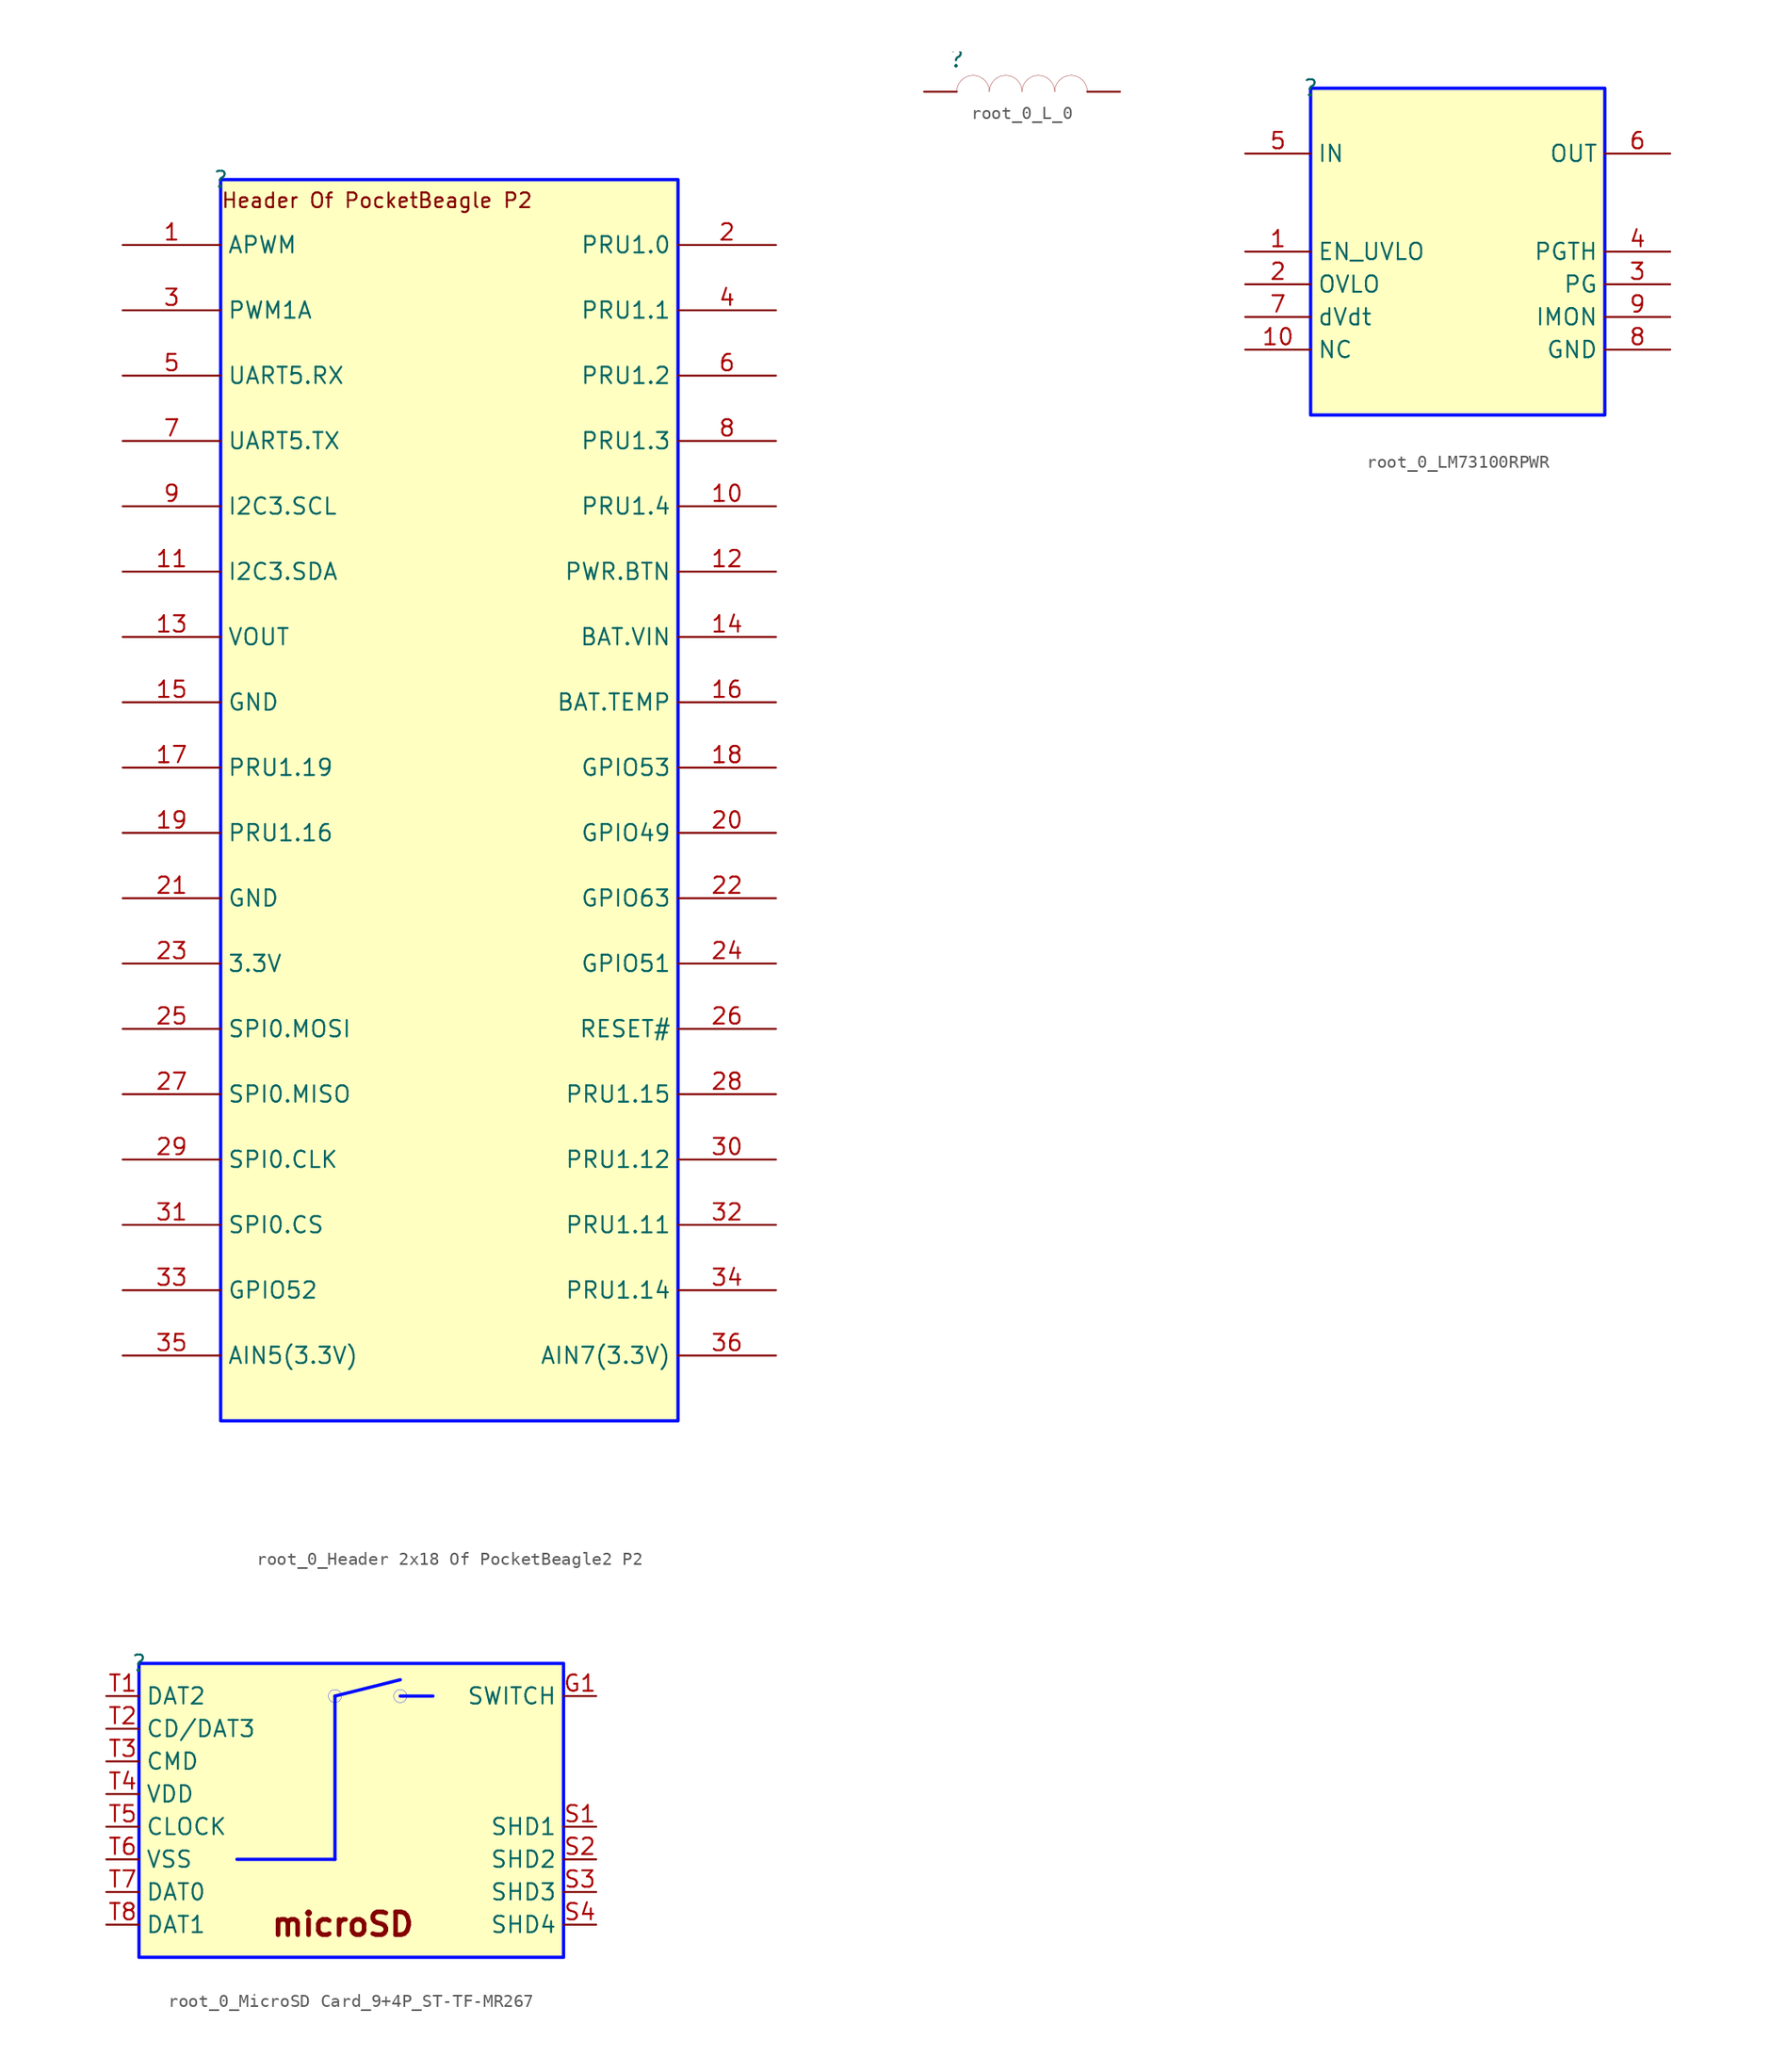
<source format=kicad_sym>
(kicad_symbol_lib
  (version 20231120)
  (generator "kicad_symbol_editor")
  (generator_version "8.0")
  (symbol "root_0_Header 2x18 Of PocketBeagle2 P2"
    (property "Reference" ""
      (at 0 0 0)
      (effects (font (size 1.27 1.27))))
    (property "Value" ""
      (at 0 0 0)
      (effects (font (size 1.27 1.27))))
    (symbol "root_0_Header 2x18 Of PocketBeagle2 P2_1_0"
      (rectangle (start 35.56 0) (end 0 -96.52) (stroke (width 0.254) (type solid) (color 0 11 255 1)) (fill (type background)))
      (text "Header Of PocketBeagle P2" (at 0 -2.286 0) (effects (font (size 1.143 1.143)) (justify left bottom)))
      (pin passive line (at -7.62 -5.08 0) (length 7.62) (name "APWM" (effects (font (size 1.27 1.27)))) (number "1" (effects (font (size 1.27 1.27)))))
      (pin passive line (at 43.18 -25.4 180) (length 7.62) (name "PRU1.4" (effects (font (size 1.27 1.27)))) (number "10" (effects (font (size 1.27 1.27)))))
      (pin passive line (at -7.62 -30.48 0) (length 7.62) (name "I2C3.SDA" (effects (font (size 1.27 1.27)))) (number "11" (effects (font (size 1.27 1.27)))))
      (pin passive line (at 43.18 -30.48 180) (length 7.62) (name "PWR.BTN" (effects (font (size 1.27 1.27)))) (number "12" (effects (font (size 1.27 1.27)))))
      (pin passive line (at -7.62 -35.56 0) (length 7.62) (name "VOUT" (effects (font (size 1.27 1.27)))) (number "13" (effects (font (size 1.27 1.27)))))
      (pin power_in line (at 43.18 -35.56 180) (length 7.62) (name "BAT.VIN" (effects (font (size 1.27 1.27)))) (number "14" (effects (font (size 1.27 1.27)))))
      (pin power_in line (at -7.62 -40.64 0) (length 7.62) (name "GND" (effects (font (size 1.27 1.27)))) (number "15" (effects (font (size 1.27 1.27)))))
      (pin passive line (at 43.18 -40.64 180) (length 7.62) (name "BAT.TEMP" (effects (font (size 1.27 1.27)))) (number "16" (effects (font (size 1.27 1.27)))))
      (pin passive line (at -7.62 -45.72 0) (length 7.62) (name "PRU1.19" (effects (font (size 1.27 1.27)))) (number "17" (effects (font (size 1.27 1.27)))))
      (pin passive line (at 43.18 -45.72 180) (length 7.62) (name "GPIO53" (effects (font (size 1.27 1.27)))) (number "18" (effects (font (size 1.27 1.27)))))
      (pin passive line (at -7.62 -50.8 0) (length 7.62) (name "PRU1.16" (effects (font (size 1.27 1.27)))) (number "19" (effects (font (size 1.27 1.27)))))
      (pin passive line (at 43.18 -5.08 180) (length 7.62) (name "PRU1.0" (effects (font (size 1.27 1.27)))) (number "2" (effects (font (size 1.27 1.27)))))
      (pin passive line (at 43.18 -50.8 180) (length 7.62) (name "GPIO49" (effects (font (size 1.27 1.27)))) (number "20" (effects (font (size 1.27 1.27)))))
      (pin power_in line (at -7.62 -55.88 0) (length 7.62) (name "GND" (effects (font (size 1.27 1.27)))) (number "21" (effects (font (size 1.27 1.27)))))
      (pin passive line (at 43.18 -55.88 180) (length 7.62) (name "GPIO63" (effects (font (size 1.27 1.27)))) (number "22" (effects (font (size 1.27 1.27)))))
      (pin power_in line (at -7.62 -60.96 0) (length 7.62) (name "3.3V" (effects (font (size 1.27 1.27)))) (number "23" (effects (font (size 1.27 1.27)))))
      (pin passive line (at 43.18 -60.96 180) (length 7.62) (name "GPIO51" (effects (font (size 1.27 1.27)))) (number "24" (effects (font (size 1.27 1.27)))))
      (pin passive line (at -7.62 -66.04 0) (length 7.62) (name "SPI0.MOSI" (effects (font (size 1.27 1.27)))) (number "25" (effects (font (size 1.27 1.27)))))
      (pin passive line (at 43.18 -66.04 180) (length 7.62) (name "RESET#" (effects (font (size 1.27 1.27)))) (number "26" (effects (font (size 1.27 1.27)))))
      (pin passive line (at -7.62 -71.12 0) (length 7.62) (name "SPI0.MISO" (effects (font (size 1.27 1.27)))) (number "27" (effects (font (size 1.27 1.27)))))
      (pin passive line (at 43.18 -71.12 180) (length 7.62) (name "PRU1.15" (effects (font (size 1.27 1.27)))) (number "28" (effects (font (size 1.27 1.27)))))
      (pin passive line (at -7.62 -76.2 0) (length 7.62) (name "SPI0.CLK" (effects (font (size 1.27 1.27)))) (number "29" (effects (font (size 1.27 1.27)))))
      (pin passive line (at -7.62 -10.16 0) (length 7.62) (name "PWM1A" (effects (font (size 1.27 1.27)))) (number "3" (effects (font (size 1.27 1.27)))))
      (pin passive line (at 43.18 -76.2 180) (length 7.62) (name "PRU1.12" (effects (font (size 1.27 1.27)))) (number "30" (effects (font (size 1.27 1.27)))))
      (pin passive line (at -7.62 -81.28 0) (length 7.62) (name "SPI0.CS" (effects (font (size 1.27 1.27)))) (number "31" (effects (font (size 1.27 1.27)))))
      (pin passive line (at 43.18 -81.28 180) (length 7.62) (name "PRU1.11" (effects (font (size 1.27 1.27)))) (number "32" (effects (font (size 1.27 1.27)))))
      (pin passive line (at -7.62 -86.36 0) (length 7.62) (name "GPIO52" (effects (font (size 1.27 1.27)))) (number "33" (effects (font (size 1.27 1.27)))))
      (pin passive line (at 43.18 -86.36 180) (length 7.62) (name "PRU1.14" (effects (font (size 1.27 1.27)))) (number "34" (effects (font (size 1.27 1.27)))))
      (pin passive line (at -7.62 -91.44 0) (length 7.62) (name "AIN5(3.3V)" (effects (font (size 1.27 1.27)))) (number "35" (effects (font (size 1.27 1.27)))))
      (pin passive line (at 43.18 -91.44 180) (length 7.62) (name "AIN7(3.3V)" (effects (font (size 1.27 1.27)))) (number "36" (effects (font (size 1.27 1.27)))))
      (pin passive line (at 43.18 -10.16 180) (length 7.62) (name "PRU1.1" (effects (font (size 1.27 1.27)))) (number "4" (effects (font (size 1.27 1.27)))))
      (pin passive line (at -7.62 -15.24 0) (length 7.62) (name "UART5.RX" (effects (font (size 1.27 1.27)))) (number "5" (effects (font (size 1.27 1.27)))))
      (pin passive line (at 43.18 -15.24 180) (length 7.62) (name "PRU1.2" (effects (font (size 1.27 1.27)))) (number "6" (effects (font (size 1.27 1.27)))))
      (pin passive line (at -7.62 -20.32 0) (length 7.62) (name "UART5.TX" (effects (font (size 1.27 1.27)))) (number "7" (effects (font (size 1.27 1.27)))))
      (pin passive line (at 43.18 -20.32 180) (length 7.62) (name "PRU1.3" (effects (font (size 1.27 1.27)))) (number "8" (effects (font (size 1.27 1.27)))))
      (pin passive line (at -7.62 -25.4 0) (length 7.62) (name "I2C3.SCL" (effects (font (size 1.27 1.27)))) (number "9" (effects (font (size 1.27 1.27)))))))
  (symbol "root_0_L_0"
    (property "Reference" ""
      (at 0 0 0)
      (effects (font (size 1.27 1.27))))
    (property "Value" ""
      (at 0 0 0)
      (effects (font (size 1.27 1.27))))
    (symbol "root_0_L_0_1_0"
      (arc (start 1.27 -1.27) (mid 0.372 -1.642) (end 0 -2.54) (stroke (width 0.0254) (type solid)) (fill (type none)))
      (arc (start 2.54 -2.54) (mid 2.168 -1.642) (end 1.27 -1.27) (stroke (width 0.0254) (type solid)) (fill (type none)))
      (arc (start 3.81 -1.27) (mid 2.912 -1.642) (end 2.54 -2.54) (stroke (width 0.0254) (type solid)) (fill (type none)))
      (arc (start 5.08 -2.54) (mid 4.708 -1.642) (end 3.81 -1.27) (stroke (width 0.0254) (type solid)) (fill (type none)))
      (arc (start 6.35 -1.27) (mid 5.452 -1.642) (end 5.08 -2.54) (stroke (width 0.0254) (type solid)) (fill (type none)))
      (arc (start 7.62 -2.54) (mid 7.248 -1.642) (end 6.35 -1.27) (stroke (width 0.0254) (type solid)) (fill (type none)))
      (arc (start 8.89 -1.27) (mid 7.992 -1.642) (end 7.62 -2.54) (stroke (width 0.0254) (type solid)) (fill (type none)))
      (arc (start 10.16 -2.54) (mid 9.788 -1.642) (end 8.89 -1.27) (stroke (width 0.0254) (type solid)) (fill (type none)))
      (pin passive line (at -2.54 -2.54 0) (length 2.54) (name "1" (effects (font (size 0 0)))) (number "1" (effects (font (size 0 0)))))
      (pin passive line (at 12.7 -2.54 180) (length 2.54) (name "2" (effects (font (size 0 0)))) (number "2" (effects (font (size 0 0)))))))
  (symbol "root_0_LM73100RPWR"
    (property "Reference" ""
      (at 0 0 0)
      (effects (font (size 1.27 1.27))))
    (property "Value" ""
      (at 0 0 0)
      (effects (font (size 1.27 1.27))))
    (symbol "root_0_LM73100RPWR_1_0"
      (rectangle (start 22.86 0) (end 0 -25.4) (stroke (width 0.254) (type solid) (color 0 11 255 1)) (fill (type background)))
      (pin input line (at -5.08 -12.7 0) (length 5.08) (name "EN_UVLO" (effects (font (size 1.27 1.27)))) (number "1" (effects (font (size 1.27 1.27)))))
      (pin passive line (at -5.08 -20.32 0) (length 5.08) (name "NC" (effects (font (size 1.27 1.27)))) (number "10" (effects (font (size 1.27 1.27)))))
      (pin input line (at -5.08 -15.24 0) (length 5.08) (name "OVLO" (effects (font (size 1.27 1.27)))) (number "2" (effects (font (size 1.27 1.27)))))
      (pin open_collector line (at 27.94 -15.24 180) (length 5.08) (name "PG" (effects (font (size 1.27 1.27)))) (number "3" (effects (font (size 1.27 1.27)))))
      (pin input line (at 27.94 -12.7 180) (length 5.08) (name "PGTH" (effects (font (size 1.27 1.27)))) (number "4" (effects (font (size 1.27 1.27)))))
      (pin power_in line (at -5.08 -5.08 0) (length 5.08) (name "IN" (effects (font (size 1.27 1.27)))) (number "5" (effects (font (size 1.27 1.27)))))
      (pin power_in line (at 27.94 -5.08 180) (length 5.08) (name "OUT" (effects (font (size 1.27 1.27)))) (number "6" (effects (font (size 1.27 1.27)))))
      (pin output line (at -5.08 -17.78 0) (length 5.08) (name "dVdt" (effects (font (size 1.27 1.27)))) (number "7" (effects (font (size 1.27 1.27)))))
      (pin power_in line (at 27.94 -20.32 180) (length 5.08) (name "GND" (effects (font (size 1.27 1.27)))) (number "8" (effects (font (size 1.27 1.27)))))
      (pin passive line (at 27.94 -17.78 180) (length 5.08) (name "IMON" (effects (font (size 1.27 1.27)))) (number "9" (effects (font (size 1.27 1.27)))))))
  (symbol "root_0_MicroSD Card_9+4P_ST-TF-MR267"
    (property "Reference" ""
      (at 0 0 0)
      (effects (font (size 1.27 1.27))))
    (property "Value" ""
      (at 0 0 0)
      (effects (font (size 1.27 1.27))))
    (symbol "root_0_MicroSD Card_9+4P_ST-TF-MR267_1_0"
      (polyline (pts (xy 15.24 -15.24) (xy 7.62 -15.24)) (stroke (width 0.254) (type solid) (color 0 11 255 1)) (fill (type none)))
      (polyline (pts (xy 15.24 -2.54) (xy 15.24 -15.24)) (stroke (width 0.254) (type solid) (color 0 11 255 1)) (fill (type none)))
      (polyline (pts (xy 15.24 -2.54) (xy 20.32 -1.27)) (stroke (width 0.254) (type solid) (color 0 11 255 1)) (fill (type none)))
      (polyline (pts (xy 22.86 -2.54) (xy 20.32 -2.54)) (stroke (width 0.254) (type solid) (color 0 11 255 1)) (fill (type none)))
      (circle (center 15.24 -2.54) (radius 0.508) (stroke (width 0.025) (type solid) (color 0 11 255 1)) (fill (type none)))
      (circle (center 20.32 -2.54) (radius 0.508) (stroke (width 0.025) (type solid) (color 0 11 255 1)) (fill (type none)))
      (rectangle (start 33.02 0) (end 0 -22.86) (stroke (width 0.254) (type solid) (color 0 11 255 1)) (fill (type background)))
      (text "microSD" (at 10.16 -21.336 0) (effects (font (size 1.778 1.778) (thickness 0.356) (bold yes)) (justify left bottom)))
      (pin passive line (at 35.56 -2.54 180) (length 2.54) (name "SWITCH" (effects (font (size 1.27 1.27)))) (number "G1" (effects (font (size 1.27 1.27)))))
      (pin passive line (at 35.56 -12.7 180) (length 2.54) (name "SHD1" (effects (font (size 1.27 1.27)))) (number "S1" (effects (font (size 1.27 1.27)))))
      (pin passive line (at 35.56 -15.24 180) (length 2.54) (name "SHD2" (effects (font (size 1.27 1.27)))) (number "S2" (effects (font (size 1.27 1.27)))))
      (pin passive line (at 35.56 -17.78 180) (length 2.54) (name "SHD3" (effects (font (size 1.27 1.27)))) (number "S3" (effects (font (size 1.27 1.27)))))
      (pin passive line (at 35.56 -20.32 180) (length 2.54) (name "SHD4" (effects (font (size 1.27 1.27)))) (number "S4" (effects (font (size 1.27 1.27)))))
      (pin passive line (at -2.54 -2.54 0) (length 2.54) (name "DAT2" (effects (font (size 1.27 1.27)))) (number "T1" (effects (font (size 1.27 1.27)))))
      (pin passive line (at -2.54 -5.08 0) (length 2.54) (name "CD/DAT3" (effects (font (size 1.27 1.27)))) (number "T2" (effects (font (size 1.27 1.27)))))
      (pin passive line (at -2.54 -7.62 0) (length 2.54) (name "CMD" (effects (font (size 1.27 1.27)))) (number "T3" (effects (font (size 1.27 1.27)))))
      (pin power_in line (at -2.54 -10.16 0) (length 2.54) (name "VDD" (effects (font (size 1.27 1.27)))) (number "T4" (effects (font (size 1.27 1.27)))))
      (pin passive line (at -2.54 -12.7 0) (length 2.54) (name "CLOCK" (effects (font (size 1.27 1.27)))) (number "T5" (effects (font (size 1.27 1.27)))))
      (pin power_in line (at -2.54 -15.24 0) (length 2.54) (name "VSS" (effects (font (size 1.27 1.27)))) (number "T6" (effects (font (size 1.27 1.27)))))
      (pin passive line (at -2.54 -17.78 0) (length 2.54) (name "DAT0" (effects (font (size 1.27 1.27)))) (number "T7" (effects (font (size 1.27 1.27)))))
      (pin passive line (at -2.54 -20.32 0) (length 2.54) (name "DAT1" (effects (font (size 1.27 1.27)))) (number "T8" (effects (font (size 1.27 1.27))))))))
</source>
